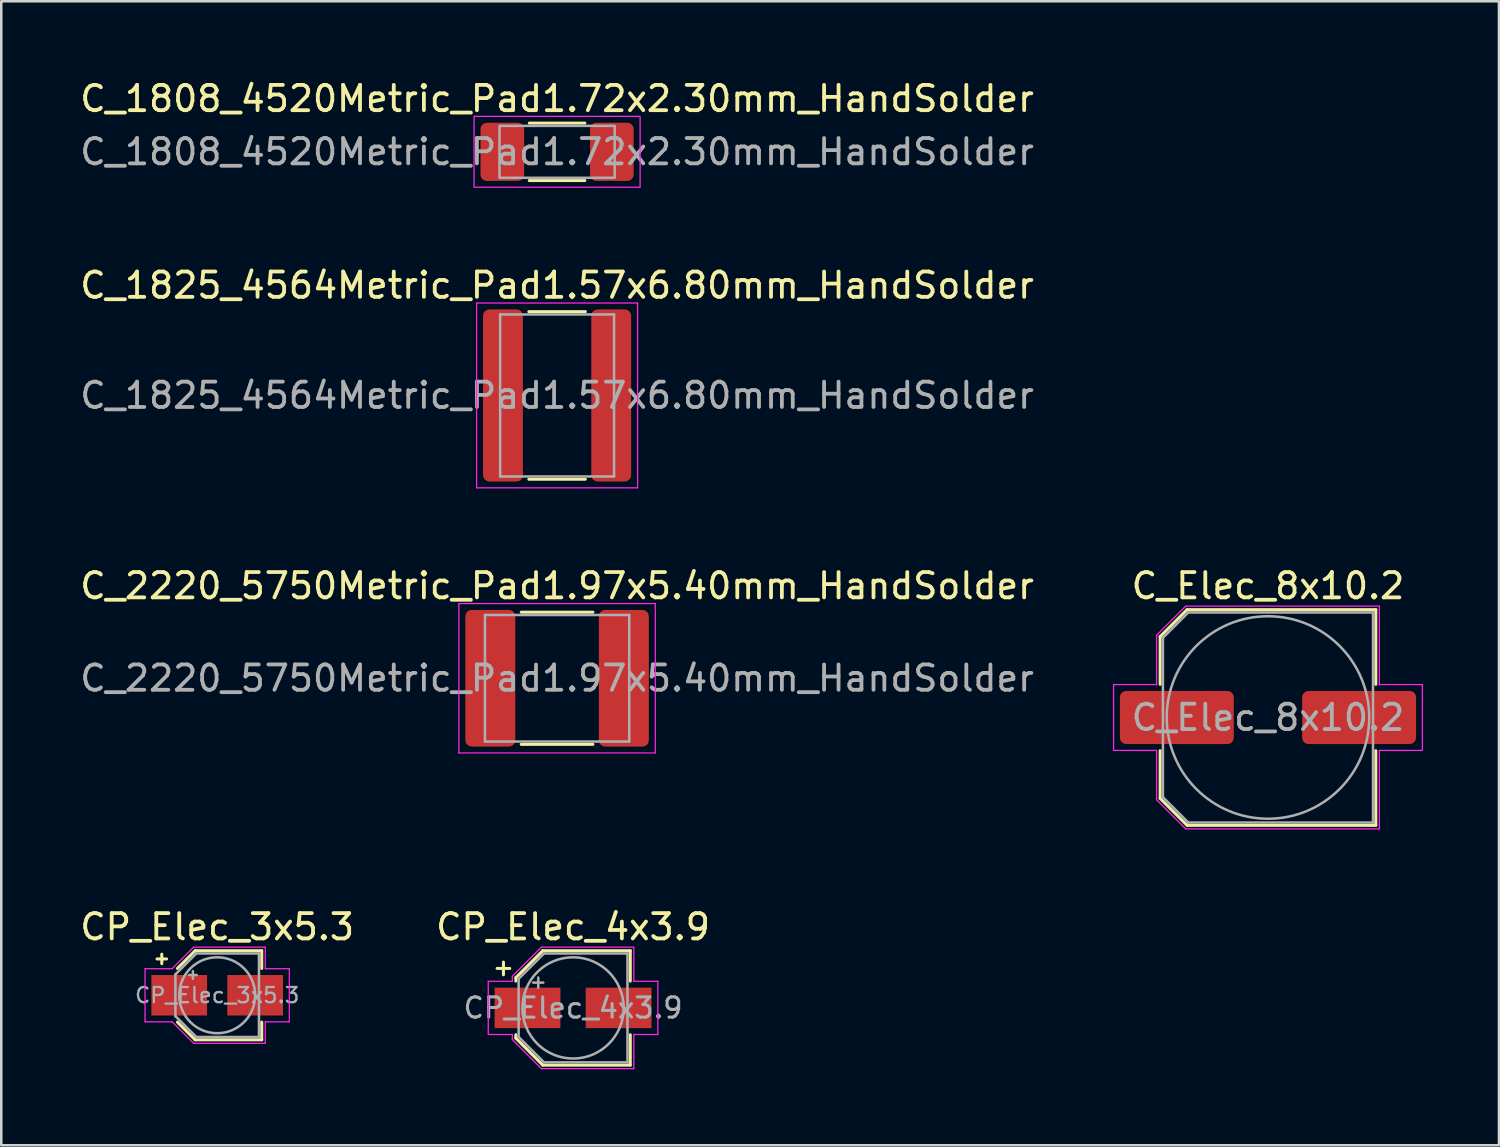
<source format=kicad_pcb>
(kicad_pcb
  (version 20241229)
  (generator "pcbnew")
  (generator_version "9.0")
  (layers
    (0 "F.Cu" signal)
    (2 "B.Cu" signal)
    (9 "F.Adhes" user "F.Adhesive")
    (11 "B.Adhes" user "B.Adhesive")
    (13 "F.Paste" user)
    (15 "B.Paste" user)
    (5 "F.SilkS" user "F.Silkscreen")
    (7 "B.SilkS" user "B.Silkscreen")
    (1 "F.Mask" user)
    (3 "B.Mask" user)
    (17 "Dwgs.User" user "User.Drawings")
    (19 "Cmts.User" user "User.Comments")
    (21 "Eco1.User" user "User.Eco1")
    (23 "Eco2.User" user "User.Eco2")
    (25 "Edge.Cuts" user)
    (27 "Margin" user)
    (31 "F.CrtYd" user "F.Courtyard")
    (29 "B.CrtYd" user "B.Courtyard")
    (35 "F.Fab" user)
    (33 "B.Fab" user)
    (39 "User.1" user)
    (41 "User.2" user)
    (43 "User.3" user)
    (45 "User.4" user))
  (footprint "C_Elec_8x10.2"
    (layer "F.Cu")
    (at 47.042 25.295)
    (property "Reference" "C_Elec_8x10.2" (at 0 -5.2 0) (layer "F.SilkS") (effects (font (size 1 1) (thickness 0.15))))
    (attr smd)
    (fp_line (start -4.26 -3.196) (end -4.26 -1.31) (stroke (width 0.12) (type solid)) (layer "F.SilkS"))
    (fp_line (start -4.26 -3.196) (end -3.196 -4.26) (stroke (width 0.12) (type solid)) (layer "F.SilkS"))
    (fp_line (start -4.26 3.196) (end -4.26 1.31) (stroke (width 0.12) (type solid)) (layer "F.SilkS"))
    (fp_line (start -4.26 3.196) (end -3.196 4.26) (stroke (width 0.12) (type solid)) (layer "F.SilkS"))
    (fp_line (start -3.196 -4.26) (end 4.26 -4.26) (stroke (width 0.12) (type solid)) (layer "F.SilkS"))
    (fp_line (start -3.196 4.26) (end 4.26 4.26) (stroke (width 0.12) (type solid)) (layer "F.SilkS"))
    (fp_line (start 4.26 -4.26) (end 4.26 -1.31) (stroke (width 0.12) (type solid)) (layer "F.SilkS"))
    (fp_line (start 4.26 4.26) (end 4.26 1.31) (stroke (width 0.12) (type solid)) (layer "F.SilkS"))
    (fp_line (start -6.1 -1.3) (end -6.1 1.3) (stroke (width 0.05) (type solid)) (layer "F.CrtYd"))
    (fp_line (start -6.1 1.3) (end -4.4 1.3) (stroke (width 0.05) (type solid)) (layer "F.CrtYd"))
    (fp_line (start -4.4 -3.25) (end -4.4 -1.3) (stroke (width 0.05) (type solid)) (layer "F.CrtYd"))
    (fp_line (start -4.4 -3.25) (end -3.25 -4.4) (stroke (width 0.05) (type solid)) (layer "F.CrtYd"))
    (fp_line (start -4.4 -1.3) (end -6.1 -1.3) (stroke (width 0.05) (type solid)) (layer "F.CrtYd"))
    (fp_line (start -4.4 1.3) (end -4.4 3.25) (stroke (width 0.05) (type solid)) (layer "F.CrtYd"))
    (fp_line (start -4.4 3.25) (end -3.25 4.4) (stroke (width 0.05) (type solid)) (layer "F.CrtYd"))
    (fp_line (start -3.25 -4.4) (end 4.4 -4.4) (stroke (width 0.05) (type solid)) (layer "F.CrtYd"))
    (fp_line (start -3.25 4.4) (end 4.4 4.4) (stroke (width 0.05) (type solid)) (layer "F.CrtYd"))
    (fp_line (start 4.4 -4.4) (end 4.4 -1.3) (stroke (width 0.05) (type solid)) (layer "F.CrtYd"))
    (fp_line (start 4.4 -1.3) (end 6.1 -1.3) (stroke (width 0.05) (type solid)) (layer "F.CrtYd"))
    (fp_line (start 4.4 1.3) (end 4.4 4.4) (stroke (width 0.05) (type solid)) (layer "F.CrtYd"))
    (fp_line (start 6.1 -1.3) (end 6.1 1.3) (stroke (width 0.05) (type solid)) (layer "F.CrtYd"))
    (fp_line (start 6.1 1.3) (end 4.4 1.3) (stroke (width 0.05) (type solid)) (layer "F.CrtYd"))
    (fp_line (start -4.15 -3.15) (end -4.15 3.15) (stroke (width 0.1) (type solid)) (layer "F.Fab"))
    (fp_line (start -4.15 -3.15) (end -3.15 -4.15) (stroke (width 0.1) (type solid)) (layer "F.Fab"))
    (fp_line (start -4.15 3.15) (end -3.15 4.15) (stroke (width 0.1) (type solid)) (layer "F.Fab"))
    (fp_line (start -3.15 -4.15) (end 4.15 -4.15) (stroke (width 0.1) (type solid)) (layer "F.Fab"))
    (fp_line (start -3.15 4.15) (end 4.15 4.15) (stroke (width 0.1) (type solid)) (layer "F.Fab"))
    (fp_line (start 4.15 -4.15) (end 4.15 4.15) (stroke (width 0.1) (type solid)) (layer "F.Fab"))
    (fp_circle (center 0 0) (end 4 0) (stroke (width 0.1) (type solid)) (fill no) (layer "F.Fab"))
    (fp_text user "${REFERENCE}" (at 0 0 0) (layer "F.Fab") (effects (font (size 1 1) (thickness 0.15))))
    (pad "1" smd roundrect (at -3.6 0) (size 4.5 2.1) (layers "F.Cu" "F.Mask" "F.Paste") (roundrect_rratio 0.119))
    (pad "2" smd roundrect (at 3.6 0) (size 4.5 2.1) (layers "F.Cu" "F.Mask" "F.Paste") (roundrect_rratio 0.119)))
  (footprint "CP_Elec_3x5.3"
    (layer "F.Cu")
    (at 5.53 36.268)
    (property "Reference" "CP_Elec_3x5.3" (at 0 -2.7 0) (layer "F.SilkS") (effects (font (size 1 1) (thickness 0.15))))
    (attr smd)
    (fp_line (start -2.375 -1.435) (end -2 -1.435) (stroke (width 0.12) (type solid)) (layer "F.SilkS"))
    (fp_line (start -2.188 -1.623) (end -2.188 -1.248) (stroke (width 0.12) (type solid)) (layer "F.SilkS"))
    (fp_line (start -1.571 -1.06) (end -0.871 -1.76) (stroke (width 0.12) (type solid)) (layer "F.SilkS"))
    (fp_line (start -1.571 1.06) (end -0.871 1.76) (stroke (width 0.12) (type solid)) (layer "F.SilkS"))
    (fp_line (start -0.871 -1.76) (end 1.76 -1.76) (stroke (width 0.12) (type solid)) (layer "F.SilkS"))
    (fp_line (start -0.871 1.76) (end 1.76 1.76) (stroke (width 0.12) (type solid)) (layer "F.SilkS"))
    (fp_line (start 1.76 -1.76) (end 1.76 -1.06) (stroke (width 0.12) (type solid)) (layer "F.SilkS"))
    (fp_line (start 1.76 1.76) (end 1.76 1.06) (stroke (width 0.12) (type solid)) (layer "F.SilkS"))
    (fp_line (start -2.85 -1.05) (end -2.85 1.05) (stroke (width 0.05) (type solid)) (layer "F.CrtYd"))
    (fp_line (start -2.85 1.05) (end -1.78 1.05) (stroke (width 0.05) (type solid)) (layer "F.CrtYd"))
    (fp_line (start -1.78 -1.05) (end -2.85 -1.05) (stroke (width 0.05) (type solid)) (layer "F.CrtYd"))
    (fp_line (start -1.78 -1.05) (end -0.93 -1.9) (stroke (width 0.05) (type solid)) (layer "F.CrtYd"))
    (fp_line (start -1.78 1.05) (end -0.93 1.9) (stroke (width 0.05) (type solid)) (layer "F.CrtYd"))
    (fp_line (start -0.93 -1.9) (end 1.9 -1.9) (stroke (width 0.05) (type solid)) (layer "F.CrtYd"))
    (fp_line (start -0.93 1.9) (end 1.9 1.9) (stroke (width 0.05) (type solid)) (layer "F.CrtYd"))
    (fp_line (start 1.9 -1.9) (end 1.9 -1.05) (stroke (width 0.05) (type solid)) (layer "F.CrtYd"))
    (fp_line (start 1.9 -1.05) (end 2.85 -1.05) (stroke (width 0.05) (type solid)) (layer "F.CrtYd"))
    (fp_line (start 1.9 1.05) (end 1.9 1.9) (stroke (width 0.05) (type solid)) (layer "F.CrtYd"))
    (fp_line (start 2.85 -1.05) (end 2.85 1.05) (stroke (width 0.05) (type solid)) (layer "F.CrtYd"))
    (fp_line (start 2.85 1.05) (end 1.9 1.05) (stroke (width 0.05) (type solid)) (layer "F.CrtYd"))
    (fp_line (start -1.65 -0.825) (end -1.65 0.825) (stroke (width 0.1) (type solid)) (layer "F.Fab"))
    (fp_line (start -1.65 -0.825) (end -0.825 -1.65) (stroke (width 0.1) (type solid)) (layer "F.Fab"))
    (fp_line (start -1.65 0.825) (end -0.825 1.65) (stroke (width 0.1) (type solid)) (layer "F.Fab"))
    (fp_line (start -1.11 -0.8) (end -0.81 -0.8) (stroke (width 0.1) (type solid)) (layer "F.Fab"))
    (fp_line (start -0.96 -0.95) (end -0.96 -0.65) (stroke (width 0.1) (type solid)) (layer "F.Fab"))
    (fp_line (start -0.825 -1.65) (end 1.65 -1.65) (stroke (width 0.1) (type solid)) (layer "F.Fab"))
    (fp_line (start -0.825 1.65) (end 1.65 1.65) (stroke (width 0.1) (type solid)) (layer "F.Fab"))
    (fp_line (start 1.65 -1.65) (end 1.65 1.65) (stroke (width 0.1) (type solid)) (layer "F.Fab"))
    (fp_circle (center 0 0) (end 1.5 0) (stroke (width 0.1) (type solid)) (fill no) (layer "F.Fab"))
    (fp_text user "${REFERENCE}" (at 0 0 0) (layer "F.Fab") (effects (font (size 0.6 0.6) (thickness 0.09))))
    (pad "1" smd rect (at -1.5 0) (size 2.2 1.6) (layers "F.Cu" "F.Mask" "F.Paste"))
    (pad "2" smd rect (at 1.5 0) (size 2.2 1.6) (layers "F.Cu" "F.Mask" "F.Paste")))
  (footprint "C_2220_5750Metric_Pad1.97x5.40mm_HandSolder"
    (layer "F.Cu")
    (at 18.958 23.745)
    (property "Reference" "C_2220_5750Metric_Pad1.97x5.40mm_HandSolder" (at 0 -3.65 0) (layer "F.SilkS") (effects (font (size 1 1) (thickness 0.15))))
    (attr smd)
    (fp_line (start -1.416 -2.61) (end 1.416 -2.61) (stroke (width 0.12) (type solid)) (layer "F.SilkS"))
    (fp_line (start -1.416 2.61) (end 1.416 2.61) (stroke (width 0.12) (type solid)) (layer "F.SilkS"))
    (fp_line (start -3.88 -2.95) (end 3.88 -2.95) (stroke (width 0.05) (type solid)) (layer "F.CrtYd"))
    (fp_line (start -3.88 2.95) (end -3.88 -2.95) (stroke (width 0.05) (type solid)) (layer "F.CrtYd"))
    (fp_line (start 3.88 -2.95) (end 3.88 2.95) (stroke (width 0.05) (type solid)) (layer "F.CrtYd"))
    (fp_line (start 3.88 2.95) (end -3.88 2.95) (stroke (width 0.05) (type solid)) (layer "F.CrtYd"))
    (fp_line (start -2.85 -2.5) (end 2.85 -2.5) (stroke (width 0.1) (type solid)) (layer "F.Fab"))
    (fp_line (start -2.85 2.5) (end -2.85 -2.5) (stroke (width 0.1) (type solid)) (layer "F.Fab"))
    (fp_line (start 2.85 -2.5) (end 2.85 2.5) (stroke (width 0.1) (type solid)) (layer "F.Fab"))
    (fp_line (start 2.85 2.5) (end -2.85 2.5) (stroke (width 0.1) (type solid)) (layer "F.Fab"))
    (fp_text user "${REFERENCE}" (at 0 0 0) (layer "F.Fab") (effects (font (size 1 1) (thickness 0.15))))
    (pad "1" smd roundrect (at -2.638 0) (size 1.975 5.4) (layers "F.Cu" "F.Mask" "F.Paste") (roundrect_rratio 0.127))
    (pad "2" smd roundrect (at 2.638 0) (size 1.975 5.4) (layers "F.Cu" "F.Mask" "F.Paste") (roundrect_rratio 0.127)))
  (footprint "C_1808_4520Metric_Pad1.72x2.30mm_HandSolder"
    (layer "F.Cu")
    (at 18.958 2.948)
    (property "Reference" "C_1808_4520Metric_Pad1.72x2.30mm_HandSolder" (at 0 -2.1 0) (layer "F.SilkS") (effects (font (size 1 1) (thickness 0.15))))
    (attr smd)
    (fp_line (start -1.097 -1.135) (end 1.097 -1.135) (stroke (width 0.12) (type solid)) (layer "F.SilkS"))
    (fp_line (start -1.097 1.135) (end 1.097 1.135) (stroke (width 0.12) (type solid)) (layer "F.SilkS"))
    (fp_rect (start -3.28 -1.4) (end 3.28 1.4) (stroke (width 0.05) (type solid)) (fill no) (layer "F.CrtYd"))
    (fp_rect (start -2.275 -1.025) (end 2.275 1.025) (stroke (width 0.1) (type solid)) (fill no) (layer "F.Fab"))
    (fp_text user "${REFERENCE}" (at 0 0 0) (layer "F.Fab") (effects (font (size 1 1) (thickness 0.15))))
    (pad "1" smd roundrect (at -2.163 0) (size 1.725 2.3) (layers "F.Cu" "F.Mask" "F.Paste") (roundrect_rratio 0.145))
    (pad "2" smd roundrect (at 2.163 0) (size 1.725 2.3) (layers "F.Cu" "F.Mask" "F.Paste") (roundrect_rratio 0.145)))
  (footprint "C_1825_4564Metric_Pad1.57x6.80mm_HandSolder"
    (layer "F.Cu")
    (at 18.958 12.572)
    (property "Reference" "C_1825_4564Metric_Pad1.57x6.80mm_HandSolder" (at 0 -4.35 0) (layer "F.SilkS") (effects (font (size 1 1) (thickness 0.15))))
    (attr smd)
    (fp_line (start -1.116 -3.31) (end 1.116 -3.31) (stroke (width 0.12) (type solid)) (layer "F.SilkS"))
    (fp_line (start -1.116 3.31) (end 1.116 3.31) (stroke (width 0.12) (type solid)) (layer "F.SilkS"))
    (fp_line (start -3.18 -3.65) (end 3.18 -3.65) (stroke (width 0.05) (type solid)) (layer "F.CrtYd"))
    (fp_line (start -3.18 3.65) (end -3.18 -3.65) (stroke (width 0.05) (type solid)) (layer "F.CrtYd"))
    (fp_line (start 3.18 -3.65) (end 3.18 3.65) (stroke (width 0.05) (type solid)) (layer "F.CrtYd"))
    (fp_line (start 3.18 3.65) (end -3.18 3.65) (stroke (width 0.05) (type solid)) (layer "F.CrtYd"))
    (fp_line (start -2.25 -3.2) (end 2.25 -3.2) (stroke (width 0.1) (type solid)) (layer "F.Fab"))
    (fp_line (start -2.25 3.2) (end -2.25 -3.2) (stroke (width 0.1) (type solid)) (layer "F.Fab"))
    (fp_line (start 2.25 -3.2) (end 2.25 3.2) (stroke (width 0.1) (type solid)) (layer "F.Fab"))
    (fp_line (start 2.25 3.2) (end -2.25 3.2) (stroke (width 0.1) (type solid)) (layer "F.Fab"))
    (fp_text user "${REFERENCE}" (at 0 0 0) (layer "F.Fab") (effects (font (size 1 1) (thickness 0.15))))
    (pad "1" smd roundrect (at -2.138 0) (size 1.575 6.8) (layers "F.Cu" "F.Mask" "F.Paste") (roundrect_rratio 0.159))
    (pad "2" smd roundrect (at 2.138 0) (size 1.575 6.8) (layers "F.Cu" "F.Mask" "F.Paste") (roundrect_rratio 0.159)))
  (footprint "CP_Elec_4x3.9"
    (layer "F.Cu")
    (at 19.589 36.768)
    (property "Reference" "CP_Elec_4x3.9" (at 0 -3.2 0) (layer "F.SilkS") (effects (font (size 1 1) (thickness 0.15))))
    (attr smd)
    (fp_line (start -3 -1.56) (end -2.5 -1.56) (stroke (width 0.12) (type solid)) (layer "F.SilkS"))
    (fp_line (start -2.75 -1.81) (end -2.75 -1.31) (stroke (width 0.12) (type solid)) (layer "F.SilkS"))
    (fp_line (start -2.26 -1.196) (end -2.26 -1.06) (stroke (width 0.12) (type solid)) (layer "F.SilkS"))
    (fp_line (start -2.26 -1.196) (end -1.196 -2.26) (stroke (width 0.12) (type solid)) (layer "F.SilkS"))
    (fp_line (start -2.26 1.196) (end -2.26 1.06) (stroke (width 0.12) (type solid)) (layer "F.SilkS"))
    (fp_line (start -2.26 1.196) (end -1.196 2.26) (stroke (width 0.12) (type solid)) (layer "F.SilkS"))
    (fp_line (start -1.196 -2.26) (end 2.26 -2.26) (stroke (width 0.12) (type solid)) (layer "F.SilkS"))
    (fp_line (start -1.196 2.26) (end 2.26 2.26) (stroke (width 0.12) (type solid)) (layer "F.SilkS"))
    (fp_line (start 2.26 -2.26) (end 2.26 -1.06) (stroke (width 0.12) (type solid)) (layer "F.SilkS"))
    (fp_line (start 2.26 2.26) (end 2.26 1.06) (stroke (width 0.12) (type solid)) (layer "F.SilkS"))
    (fp_line (start -3.35 -1.05) (end -3.35 1.05) (stroke (width 0.05) (type solid)) (layer "F.CrtYd"))
    (fp_line (start -3.35 1.05) (end -2.4 1.05) (stroke (width 0.05) (type solid)) (layer "F.CrtYd"))
    (fp_line (start -2.4 -1.25) (end -2.4 -1.05) (stroke (width 0.05) (type solid)) (layer "F.CrtYd"))
    (fp_line (start -2.4 -1.25) (end -1.25 -2.4) (stroke (width 0.05) (type solid)) (layer "F.CrtYd"))
    (fp_line (start -2.4 -1.05) (end -3.35 -1.05) (stroke (width 0.05) (type solid)) (layer "F.CrtYd"))
    (fp_line (start -2.4 1.05) (end -2.4 1.25) (stroke (width 0.05) (type solid)) (layer "F.CrtYd"))
    (fp_line (start -2.4 1.25) (end -1.25 2.4) (stroke (width 0.05) (type solid)) (layer "F.CrtYd"))
    (fp_line (start -1.25 -2.4) (end 2.4 -2.4) (stroke (width 0.05) (type solid)) (layer "F.CrtYd"))
    (fp_line (start -1.25 2.4) (end 2.4 2.4) (stroke (width 0.05) (type solid)) (layer "F.CrtYd"))
    (fp_line (start 2.4 -2.4) (end 2.4 -1.05) (stroke (width 0.05) (type solid)) (layer "F.CrtYd"))
    (fp_line (start 2.4 -1.05) (end 3.35 -1.05) (stroke (width 0.05) (type solid)) (layer "F.CrtYd"))
    (fp_line (start 2.4 1.05) (end 2.4 2.4) (stroke (width 0.05) (type solid)) (layer "F.CrtYd"))
    (fp_line (start 3.35 -1.05) (end 3.35 1.05) (stroke (width 0.05) (type solid)) (layer "F.CrtYd"))
    (fp_line (start 3.35 1.05) (end 2.4 1.05) (stroke (width 0.05) (type solid)) (layer "F.CrtYd"))
    (fp_line (start -2.15 -1.15) (end -2.15 1.15) (stroke (width 0.1) (type solid)) (layer "F.Fab"))
    (fp_line (start -2.15 -1.15) (end -1.15 -2.15) (stroke (width 0.1) (type solid)) (layer "F.Fab"))
    (fp_line (start -2.15 1.15) (end -1.15 2.15) (stroke (width 0.1) (type solid)) (layer "F.Fab"))
    (fp_line (start -1.575 -1) (end -1.175 -1) (stroke (width 0.1) (type solid)) (layer "F.Fab"))
    (fp_line (start -1.375 -1.2) (end -1.375 -0.8) (stroke (width 0.1) (type solid)) (layer "F.Fab"))
    (fp_line (start -1.15 -2.15) (end 2.15 -2.15) (stroke (width 0.1) (type solid)) (layer "F.Fab"))
    (fp_line (start -1.15 2.15) (end 2.15 2.15) (stroke (width 0.1) (type solid)) (layer "F.Fab"))
    (fp_line (start 2.15 -2.15) (end 2.15 2.15) (stroke (width 0.1) (type solid)) (layer "F.Fab"))
    (fp_circle (center 0 0) (end 2 0) (stroke (width 0.1) (type solid)) (fill no) (layer "F.Fab"))
    (fp_text user "${REFERENCE}" (at 0 0 0) (layer "F.Fab") (effects (font (size 0.8 0.8) (thickness 0.12))))
    (pad "1" smd rect (at -1.8 0) (size 2.6 1.6) (layers "F.Cu" "F.Mask" "F.Paste"))
    (pad "2" smd rect (at 1.8 0) (size 2.6 1.6) (layers "F.Cu" "F.Mask" "F.Paste")))
  (gr_rect
    (start -3 -3)
    (end 56.167 42.193)
    (stroke (width 0.1) (type default))
    (fill no)
    (layer "Edge.Cuts")))
</source>
